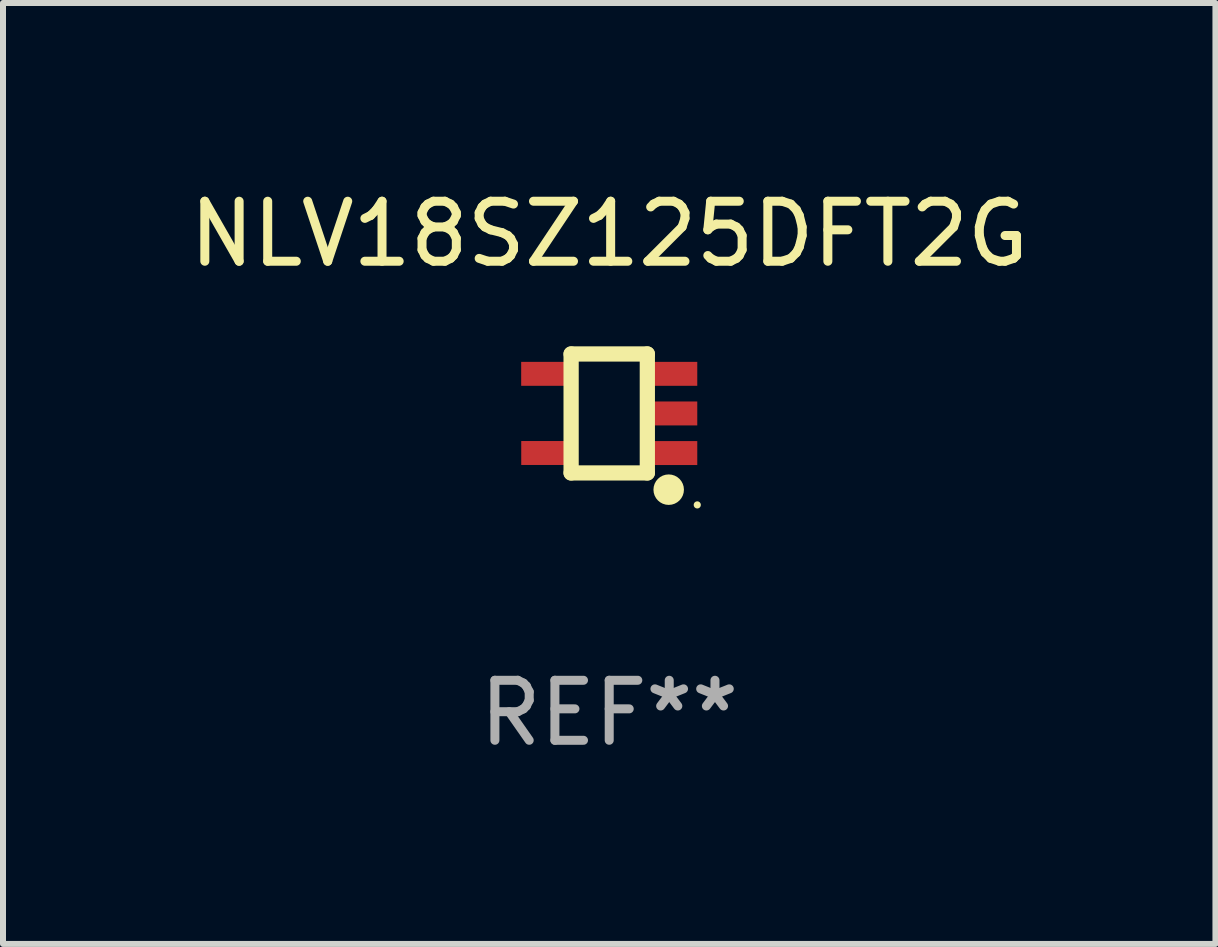
<source format=kicad_pcb>
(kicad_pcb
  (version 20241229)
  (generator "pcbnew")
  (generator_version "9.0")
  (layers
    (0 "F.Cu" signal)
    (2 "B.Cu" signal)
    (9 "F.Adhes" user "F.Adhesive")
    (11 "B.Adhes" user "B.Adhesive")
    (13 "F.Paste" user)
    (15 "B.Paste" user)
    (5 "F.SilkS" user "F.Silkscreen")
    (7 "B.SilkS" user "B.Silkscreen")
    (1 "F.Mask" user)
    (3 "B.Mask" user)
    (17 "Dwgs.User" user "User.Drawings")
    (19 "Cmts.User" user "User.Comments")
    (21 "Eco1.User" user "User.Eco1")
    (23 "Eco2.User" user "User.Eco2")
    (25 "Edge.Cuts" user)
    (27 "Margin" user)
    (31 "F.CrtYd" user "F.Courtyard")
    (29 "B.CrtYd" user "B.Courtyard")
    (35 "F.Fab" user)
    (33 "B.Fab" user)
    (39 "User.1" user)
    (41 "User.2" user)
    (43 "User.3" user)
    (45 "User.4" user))
  (footprint "NLV18SZ125DFT2G"
    (layer "F.Cu")
    (at 7.101 3.839)
    (property "Reference" "NLV18SZ125DFT2G" (at 0 -2.991 0) (layer "F.SilkS") (effects (font (size 1 1) (thickness 0.15))))
    (attr through_hole)
    (fp_line (start -0.635 -0.991) (end 0.635 -0.991) (stroke (width 0.254) (type solid)) (layer "F.SilkS"))
    (fp_line (start -0.635 0.991) (end -0.635 -0.991) (stroke (width 0.254) (type solid)) (layer "F.SilkS"))
    (fp_line (start 0.635 -0.991) (end 0.635 0.991) (stroke (width 0.254) (type solid)) (layer "F.SilkS"))
    (fp_line (start 0.635 0.991) (end -0.635 0.991) (stroke (width 0.254) (type solid)) (layer "F.SilkS"))
    (fp_circle (center 0.991 1.27) (end 1.118 1.27) (stroke (width 0.254) (type solid)) (fill no) (layer "F.SilkS"))
    (fp_circle (center 1.467 1.524) (end 1.497 1.524) (stroke (width 0.06) (type solid)) (fill no) (layer "F.SilkS"))
    (fp_text user "REF**" (at 0 4.991 0) (layer "F.Fab") (effects (font (size 1 1) (thickness 0.15))))
    (pad "1" smd rect (at 1.067 0.66 180) (size 0.8 0.399) (layers "F.Cu" "F.Mask" "F.Paste"))
    (pad "2" smd rect (at 1.067 0 180) (size 0.8 0.399) (layers "F.Cu" "F.Mask" "F.Paste"))
    (pad "3" smd rect (at 1.067 -0.66 180) (size 0.8 0.399) (layers "F.Cu" "F.Mask" "F.Paste"))
    (pad "4" smd rect (at -1.067 -0.66 180) (size 0.8 0.399) (layers "F.Cu" "F.Mask" "F.Paste"))
    (pad "5" smd rect (at -1.066 0.659 180) (size 0.8 0.399) (layers "F.Cu" "F.Mask" "F.Paste")))
  (gr_rect
    (start -3 -3)
    (end 17.202 12.678)
    (stroke (width 0.1) (type default))
    (fill no)
    (layer "Edge.Cuts")))
</source>
